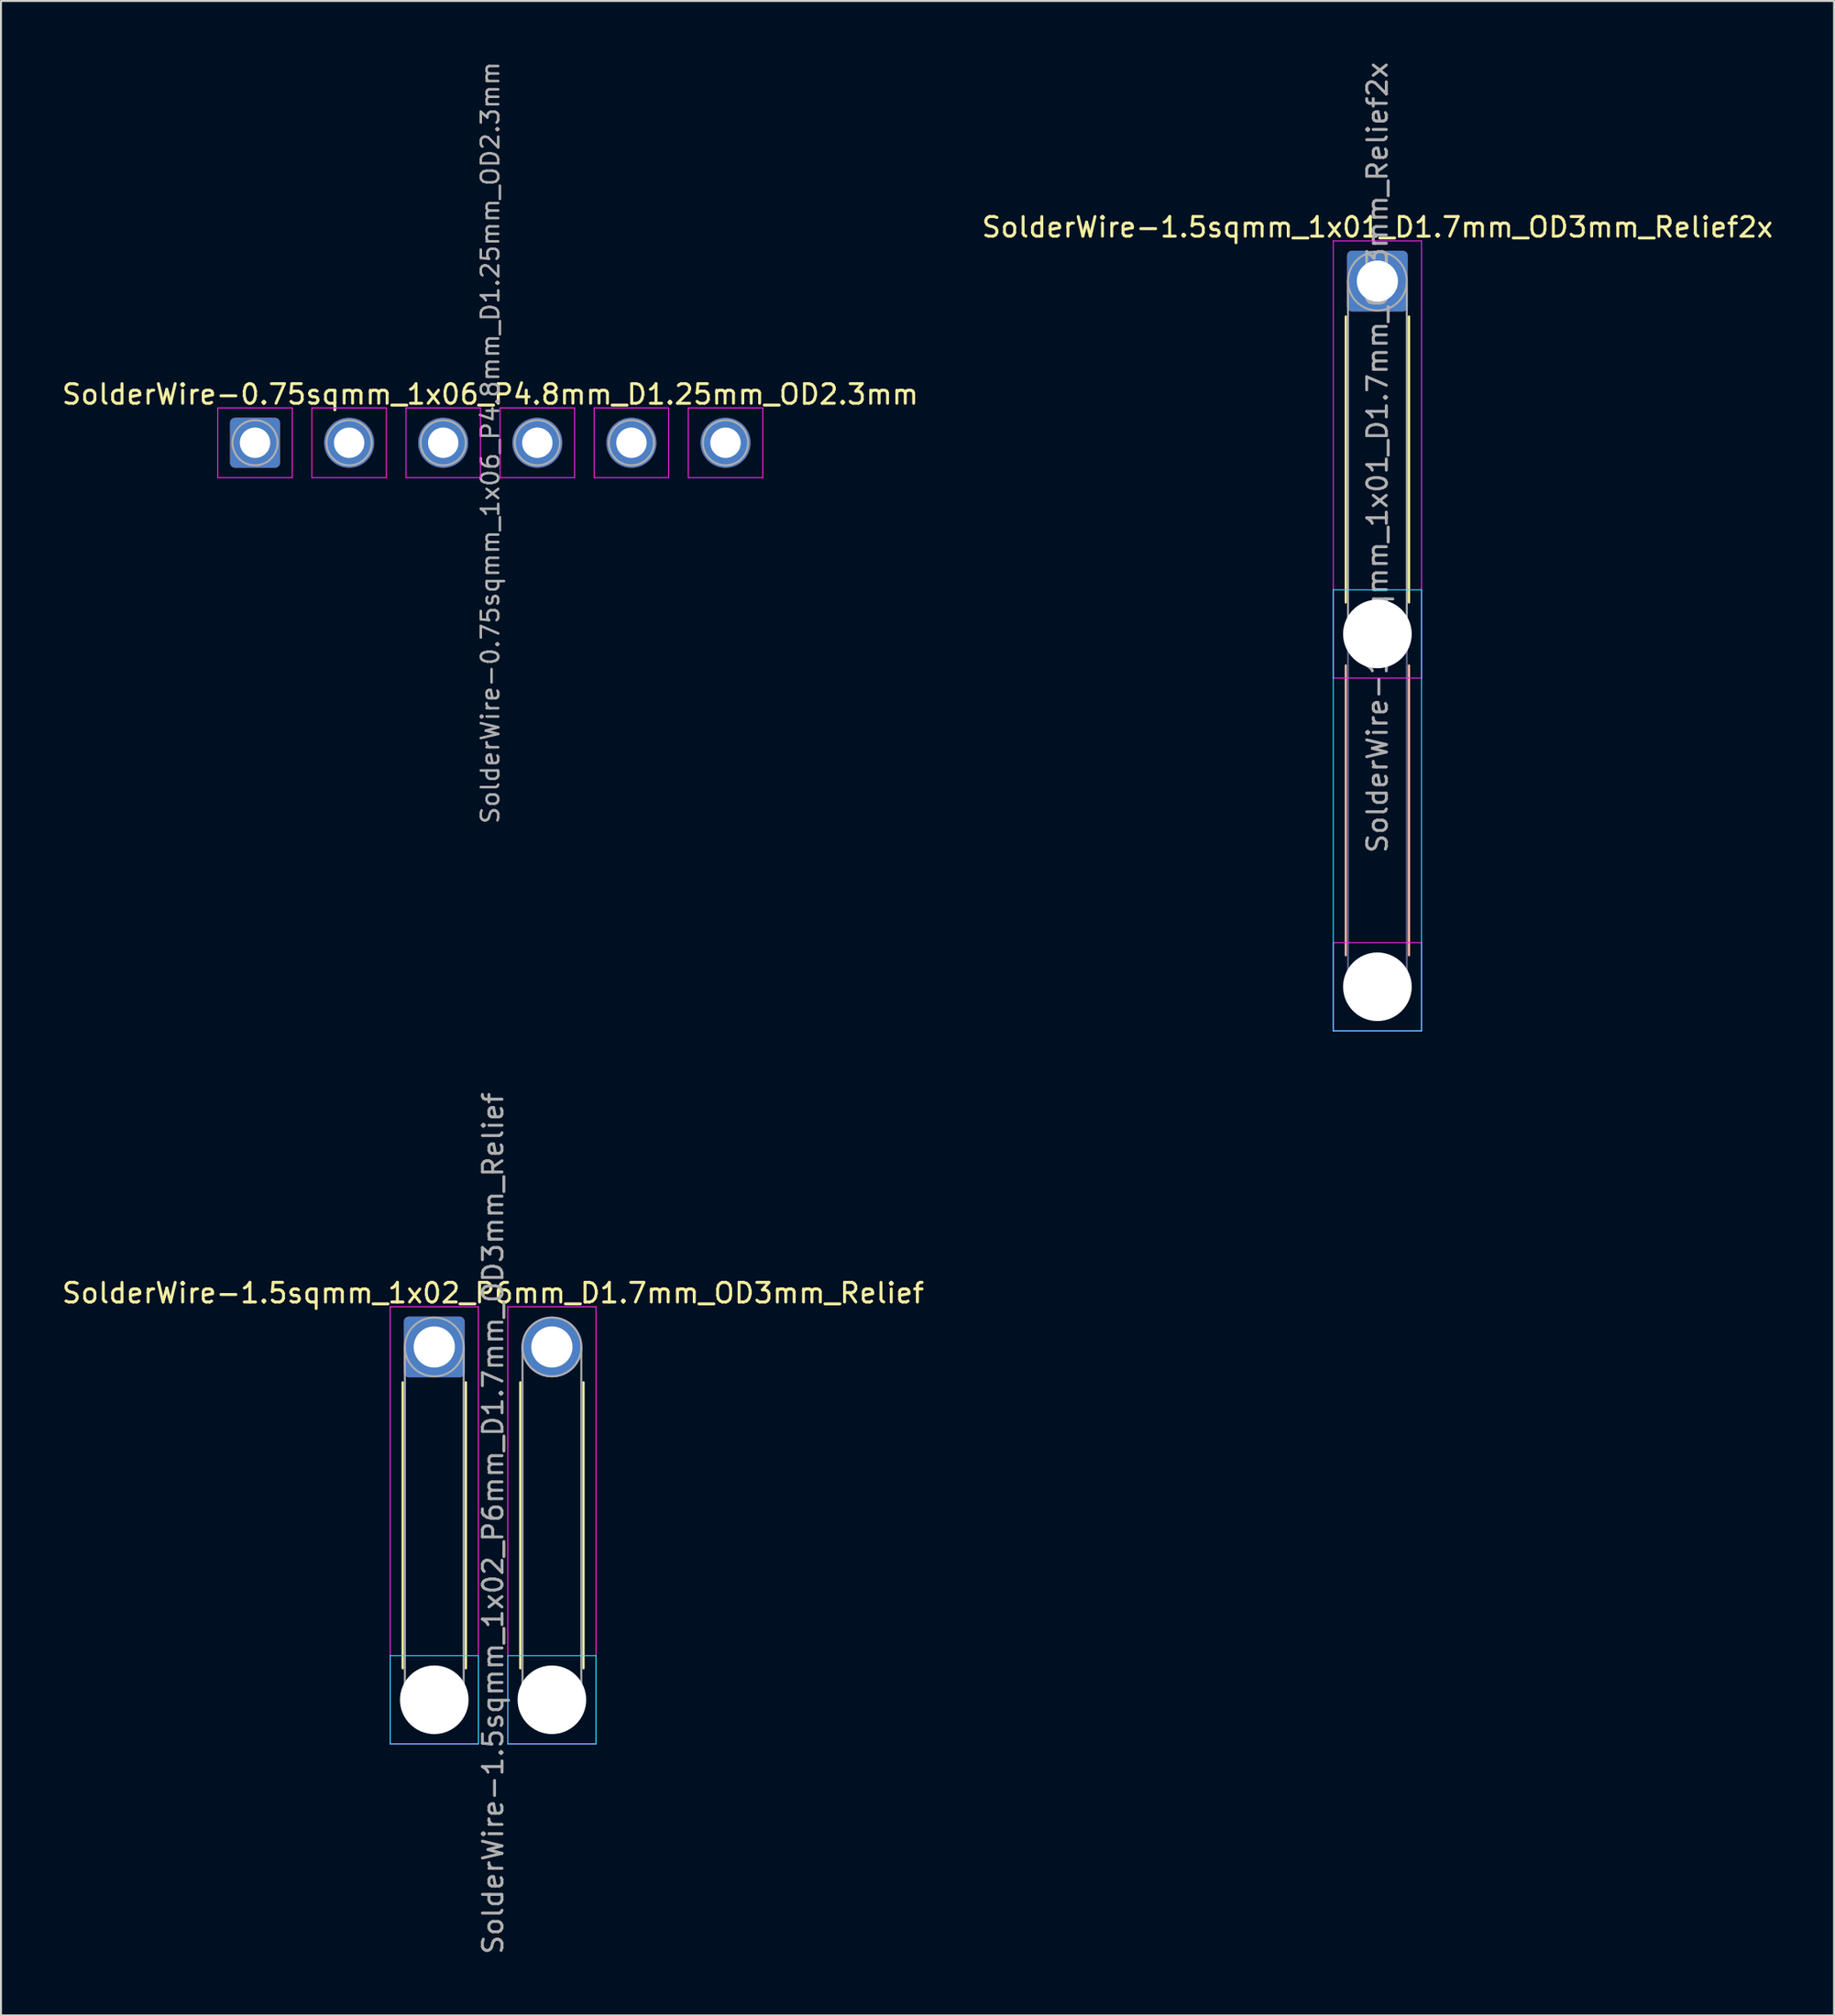
<source format=kicad_pcb>
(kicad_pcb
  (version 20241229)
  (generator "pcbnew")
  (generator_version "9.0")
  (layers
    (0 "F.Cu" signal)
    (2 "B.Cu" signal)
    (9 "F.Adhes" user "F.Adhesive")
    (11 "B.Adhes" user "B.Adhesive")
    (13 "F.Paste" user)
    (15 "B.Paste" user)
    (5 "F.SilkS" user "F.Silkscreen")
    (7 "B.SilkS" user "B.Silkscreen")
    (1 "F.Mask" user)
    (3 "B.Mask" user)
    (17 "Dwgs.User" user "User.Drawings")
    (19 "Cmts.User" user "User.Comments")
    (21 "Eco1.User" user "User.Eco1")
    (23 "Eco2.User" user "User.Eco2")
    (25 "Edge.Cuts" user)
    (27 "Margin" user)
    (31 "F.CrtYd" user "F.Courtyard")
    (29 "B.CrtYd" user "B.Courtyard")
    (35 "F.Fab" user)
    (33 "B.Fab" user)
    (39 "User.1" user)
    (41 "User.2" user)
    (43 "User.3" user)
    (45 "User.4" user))
  (footprint "SolderWire-0.75sqmm_1x06_P4.8mm_D1.25mm_OD2.3mm"
    (layer "F.Cu")
    (at 9.958 19.538)
    (property "Reference" "SolderWire-0.75sqmm_1x06_P4.8mm_D1.25mm_OD2.3mm" (at 12 -2.47 0) (layer "F.SilkS") (effects (font (size 1 1) (thickness 0.15))))
    (attr exclude_from_pos_files exclude_from_bom)
    (fp_line (start -1.9 -1.78) (end -1.9 1.78) (stroke (width 0.05) (type solid)) (layer "F.CrtYd"))
    (fp_line (start -1.9 1.78) (end 1.9 1.78) (stroke (width 0.05) (type solid)) (layer "F.CrtYd"))
    (fp_line (start 1.9 -1.78) (end -1.9 -1.78) (stroke (width 0.05) (type solid)) (layer "F.CrtYd"))
    (fp_line (start 1.9 1.78) (end 1.9 -1.78) (stroke (width 0.05) (type solid)) (layer "F.CrtYd"))
    (fp_line (start 2.9 -1.78) (end 2.9 1.78) (stroke (width 0.05) (type solid)) (layer "F.CrtYd"))
    (fp_line (start 2.9 1.78) (end 6.7 1.78) (stroke (width 0.05) (type solid)) (layer "F.CrtYd"))
    (fp_line (start 6.7 -1.78) (end 2.9 -1.78) (stroke (width 0.05) (type solid)) (layer "F.CrtYd"))
    (fp_line (start 6.7 1.78) (end 6.7 -1.78) (stroke (width 0.05) (type solid)) (layer "F.CrtYd"))
    (fp_line (start 7.7 -1.78) (end 7.7 1.78) (stroke (width 0.05) (type solid)) (layer "F.CrtYd"))
    (fp_line (start 7.7 1.78) (end 11.5 1.78) (stroke (width 0.05) (type solid)) (layer "F.CrtYd"))
    (fp_line (start 11.5 -1.78) (end 7.7 -1.78) (stroke (width 0.05) (type solid)) (layer "F.CrtYd"))
    (fp_line (start 11.5 1.78) (end 11.5 -1.78) (stroke (width 0.05) (type solid)) (layer "F.CrtYd"))
    (fp_line (start 12.5 -1.78) (end 12.5 1.78) (stroke (width 0.05) (type solid)) (layer "F.CrtYd"))
    (fp_line (start 12.5 1.78) (end 16.3 1.78) (stroke (width 0.05) (type solid)) (layer "F.CrtYd"))
    (fp_line (start 16.3 -1.78) (end 12.5 -1.78) (stroke (width 0.05) (type solid)) (layer "F.CrtYd"))
    (fp_line (start 16.3 1.78) (end 16.3 -1.78) (stroke (width 0.05) (type solid)) (layer "F.CrtYd"))
    (fp_line (start 17.3 -1.78) (end 17.3 1.78) (stroke (width 0.05) (type solid)) (layer "F.CrtYd"))
    (fp_line (start 17.3 1.78) (end 21.1 1.78) (stroke (width 0.05) (type solid)) (layer "F.CrtYd"))
    (fp_line (start 21.1 -1.78) (end 17.3 -1.78) (stroke (width 0.05) (type solid)) (layer "F.CrtYd"))
    (fp_line (start 21.1 1.78) (end 21.1 -1.78) (stroke (width 0.05) (type solid)) (layer "F.CrtYd"))
    (fp_line (start 22.1 -1.78) (end 22.1 1.78) (stroke (width 0.05) (type solid)) (layer "F.CrtYd"))
    (fp_line (start 22.1 1.78) (end 25.9 1.78) (stroke (width 0.05) (type solid)) (layer "F.CrtYd"))
    (fp_line (start 25.9 -1.78) (end 22.1 -1.78) (stroke (width 0.05) (type solid)) (layer "F.CrtYd"))
    (fp_line (start 25.9 1.78) (end 25.9 -1.78) (stroke (width 0.05) (type solid)) (layer "F.CrtYd"))
    (fp_circle (center 0 0) (end 1.15 0) (stroke (width 0.1) (type solid)) (fill no) (layer "F.Fab"))
    (fp_circle (center 4.8 0) (end 5.95 0) (stroke (width 0.1) (type solid)) (fill no) (layer "F.Fab"))
    (fp_circle (center 9.6 0) (end 10.75 0) (stroke (width 0.1) (type solid)) (fill no) (layer "F.Fab"))
    (fp_circle (center 14.4 0) (end 15.55 0) (stroke (width 0.1) (type solid)) (fill no) (layer "F.Fab"))
    (fp_circle (center 19.2 0) (end 20.35 0) (stroke (width 0.1) (type solid)) (fill no) (layer "F.Fab"))
    (fp_circle (center 24 0) (end 25.15 0) (stroke (width 0.1) (type solid)) (fill no) (layer "F.Fab"))
    (fp_text user "${REFERENCE}" (at 12 0 90) (layer "F.Fab") (effects (font (size 0.89 0.89) (thickness 0.13))))
    (pad "1" thru_hole roundrect (at 0 0) (size 2.55 2.55) (drill 1.55) (layers "*.Cu" "*.Mask") (roundrect_rratio 0.098))
    (pad "2" thru_hole circle (at 4.8 0) (size 2.55 2.55) (drill 1.55) (layers "*.Cu" "*.Mask"))
    (pad "3" thru_hole circle (at 9.6 0) (size 2.55 2.55) (drill 1.55) (layers "*.Cu" "*.Mask"))
    (pad "4" thru_hole circle (at 14.4 0) (size 2.55 2.55) (drill 1.55) (layers "*.Cu" "*.Mask"))
    (pad "5" thru_hole circle (at 19.2 0) (size 2.55 2.55) (drill 1.55) (layers "*.Cu" "*.Mask"))
    (pad "6" thru_hole circle (at 24 0) (size 2.55 2.55) (drill 1.55) (layers "*.Cu" "*.Mask")))
  (footprint "SolderWire-1.5sqmm_1x02_P6mm_D1.7mm_OD3mm_Relief"
    (layer "F.Cu")
    (at 19.101 65.668)
    (property "Reference" "SolderWire-1.5sqmm_1x02_P6mm_D1.7mm_OD3mm_Relief" (at 3 -2.75 0) (layer "F.SilkS") (effects (font (size 1 1) (thickness 0.15))))
    (attr exclude_from_pos_files exclude_from_bom)
    (fp_line (start -1.61 1.81) (end -1.61 16.39) (stroke (width 0.12) (type solid)) (layer "F.SilkS"))
    (fp_line (start 1.61 1.81) (end 1.61 16.39) (stroke (width 0.12) (type solid)) (layer "F.SilkS"))
    (fp_line (start 4.39 1.81) (end 4.39 16.39) (stroke (width 0.12) (type solid)) (layer "F.SilkS"))
    (fp_line (start 7.61 1.81) (end 7.61 16.39) (stroke (width 0.12) (type solid)) (layer "F.SilkS"))
    (fp_line (start -2.25 15.75) (end -2.25 20.25) (stroke (width 0.05) (type solid)) (layer "B.CrtYd"))
    (fp_line (start -2.25 20.25) (end 2.25 20.25) (stroke (width 0.05) (type solid)) (layer "B.CrtYd"))
    (fp_line (start 2.25 15.75) (end -2.25 15.75) (stroke (width 0.05) (type solid)) (layer "B.CrtYd"))
    (fp_line (start 2.25 20.25) (end 2.25 15.75) (stroke (width 0.05) (type solid)) (layer "B.CrtYd"))
    (fp_line (start 3.75 15.75) (end 3.75 20.25) (stroke (width 0.05) (type solid)) (layer "B.CrtYd"))
    (fp_line (start 3.75 20.25) (end 8.25 20.25) (stroke (width 0.05) (type solid)) (layer "B.CrtYd"))
    (fp_line (start 8.25 15.75) (end 3.75 15.75) (stroke (width 0.05) (type solid)) (layer "B.CrtYd"))
    (fp_line (start 8.25 20.25) (end 8.25 15.75) (stroke (width 0.05) (type solid)) (layer "B.CrtYd"))
    (fp_line (start -2.25 -2.05) (end -2.25 20.25) (stroke (width 0.05) (type solid)) (layer "F.CrtYd"))
    (fp_line (start -2.25 20.25) (end 2.25 20.25) (stroke (width 0.05) (type solid)) (layer "F.CrtYd"))
    (fp_line (start 2.25 -2.05) (end -2.25 -2.05) (stroke (width 0.05) (type solid)) (layer "F.CrtYd"))
    (fp_line (start 2.25 20.25) (end 2.25 -2.05) (stroke (width 0.05) (type solid)) (layer "F.CrtYd"))
    (fp_line (start 3.75 -2.05) (end 3.75 20.25) (stroke (width 0.05) (type solid)) (layer "F.CrtYd"))
    (fp_line (start 3.75 20.25) (end 8.25 20.25) (stroke (width 0.05) (type solid)) (layer "F.CrtYd"))
    (fp_line (start 8.25 -2.05) (end 3.75 -2.05) (stroke (width 0.05) (type solid)) (layer "F.CrtYd"))
    (fp_line (start 8.25 20.25) (end 8.25 -2.05) (stroke (width 0.05) (type solid)) (layer "F.CrtYd"))
    (fp_line (start -1.5 0) (end -1.5 18) (stroke (width 0.1) (type solid)) (layer "F.Fab"))
    (fp_line (start 1.5 0) (end 1.5 18) (stroke (width 0.1) (type solid)) (layer "F.Fab"))
    (fp_line (start 4.5 0) (end 4.5 18) (stroke (width 0.1) (type solid)) (layer "F.Fab"))
    (fp_line (start 7.5 0) (end 7.5 18) (stroke (width 0.1) (type solid)) (layer "F.Fab"))
    (fp_circle (center 0 0) (end 1.5 0) (stroke (width 0.1) (type solid)) (fill no) (layer "F.Fab"))
    (fp_circle (center 0 18) (end 1.5 18) (stroke (width 0.1) (type solid)) (fill no) (layer "F.Fab"))
    (fp_circle (center 6 0) (end 7.5 0) (stroke (width 0.1) (type solid)) (fill no) (layer "F.Fab"))
    (fp_circle (center 6 18) (end 7.5 18) (stroke (width 0.1) (type solid)) (fill no) (layer "F.Fab"))
    (fp_text user "${REFERENCE}" (at 3 9 90) (layer "F.Fab") (effects (font (size 1 1) (thickness 0.15))))
    (pad "" np_thru_hole circle (at 0 18) (size 3.5 3.5) (drill 3.5) (layers "*.Cu" "*.Mask"))
    (pad "" np_thru_hole circle (at 6 18) (size 3.5 3.5) (drill 3.5) (layers "*.Cu" "*.Mask"))
    (pad "1" thru_hole roundrect (at 0 0) (size 3.1 3.1) (drill 2.1) (layers "*.Cu" "*.Mask") (roundrect_rratio 0.081))
    (pad "2" thru_hole circle (at 6 0) (size 3.1 3.1) (drill 2.1) (layers "*.Cu" "*.Mask")))
  (footprint "SolderWire-1.5sqmm_1x01_D1.7mm_OD3mm_Relief2x"
    (layer "F.Cu")
    (at 67.208 11.292)
    (property "Reference" "SolderWire-1.5sqmm_1x01_D1.7mm_OD3mm_Relief2x" (at 0 -2.75 0) (layer "F.SilkS") (effects (font (size 1 1) (thickness 0.15))))
    (attr exclude_from_pos_files exclude_from_bom)
    (fp_line (start -1.61 1.81) (end -1.61 16.39) (stroke (width 0.12) (type solid)) (layer "F.SilkS"))
    (fp_line (start 1.61 1.81) (end 1.61 16.39) (stroke (width 0.12) (type solid)) (layer "F.SilkS"))
    (fp_line (start -1.61 19.61) (end -1.61 34.39) (stroke (width 0.12) (type solid)) (layer "B.SilkS"))
    (fp_line (start 1.61 19.61) (end 1.61 34.39) (stroke (width 0.12) (type solid)) (layer "B.SilkS"))
    (fp_line (start -2.25 15.75) (end -2.25 38.25) (stroke (width 0.05) (type solid)) (layer "B.CrtYd"))
    (fp_line (start -2.25 38.25) (end 2.25 38.25) (stroke (width 0.05) (type solid)) (layer "B.CrtYd"))
    (fp_line (start 2.25 15.75) (end -2.25 15.75) (stroke (width 0.05) (type solid)) (layer "B.CrtYd"))
    (fp_line (start 2.25 38.25) (end 2.25 15.75) (stroke (width 0.05) (type solid)) (layer "B.CrtYd"))
    (fp_line (start -2.25 -2.05) (end -2.25 20.25) (stroke (width 0.05) (type solid)) (layer "F.CrtYd"))
    (fp_line (start -2.25 20.25) (end 2.25 20.25) (stroke (width 0.05) (type solid)) (layer "F.CrtYd"))
    (fp_line (start -2.25 33.75) (end -2.25 38.25) (stroke (width 0.05) (type solid)) (layer "F.CrtYd"))
    (fp_line (start -2.25 38.25) (end 2.25 38.25) (stroke (width 0.05) (type solid)) (layer "F.CrtYd"))
    (fp_line (start 2.25 -2.05) (end -2.25 -2.05) (stroke (width 0.05) (type solid)) (layer "F.CrtYd"))
    (fp_line (start 2.25 20.25) (end 2.25 -2.05) (stroke (width 0.05) (type solid)) (layer "F.CrtYd"))
    (fp_line (start 2.25 33.75) (end -2.25 33.75) (stroke (width 0.05) (type solid)) (layer "F.CrtYd"))
    (fp_line (start 2.25 38.25) (end 2.25 33.75) (stroke (width 0.05) (type solid)) (layer "F.CrtYd"))
    (fp_line (start -1.5 18) (end -1.5 36) (stroke (width 0.1) (type solid)) (layer "B.Fab"))
    (fp_line (start 1.5 18) (end 1.5 36) (stroke (width 0.1) (type solid)) (layer "B.Fab"))
    (fp_circle (center 0 18) (end 1.5 18) (stroke (width 0.1) (type solid)) (fill no) (layer "B.Fab"))
    (fp_circle (center 0 36) (end 1.5 36) (stroke (width 0.1) (type solid)) (fill no) (layer "B.Fab"))
    (fp_line (start -1.5 0) (end -1.5 18) (stroke (width 0.1) (type solid)) (layer "F.Fab"))
    (fp_line (start 1.5 0) (end 1.5 18) (stroke (width 0.1) (type solid)) (layer "F.Fab"))
    (fp_circle (center 0 0) (end 1.5 0) (stroke (width 0.1) (type solid)) (fill no) (layer "F.Fab"))
    (fp_circle (center 0 18) (end 1.5 18) (stroke (width 0.1) (type solid)) (fill no) (layer "F.Fab"))
    (fp_circle (center 0 36) (end 1.5 36) (stroke (width 0.1) (type solid)) (fill no) (layer "F.Fab"))
    (fp_text user "${REFERENCE}" (at 0 9 90) (layer "F.Fab") (effects (font (size 1 1) (thickness 0.15))))
    (pad "" np_thru_hole circle (at 0 18) (size 3.5 3.5) (drill 3.5) (layers "*.Cu" "*.Mask"))
    (pad "" np_thru_hole circle (at 0 36) (size 3.5 3.5) (drill 3.5) (layers "*.Cu" "*.Mask"))
    (pad "1" thru_hole roundrect (at 0 0) (size 3.1 3.1) (drill 2.1) (layers "*.Cu" "*.Mask") (roundrect_rratio 0.081)))
  (gr_rect
    (start -3 -3)
    (end 90.5 99.769)
    (stroke (width 0.1) (type default))
    (fill no)
    (layer "Edge.Cuts")))
</source>
